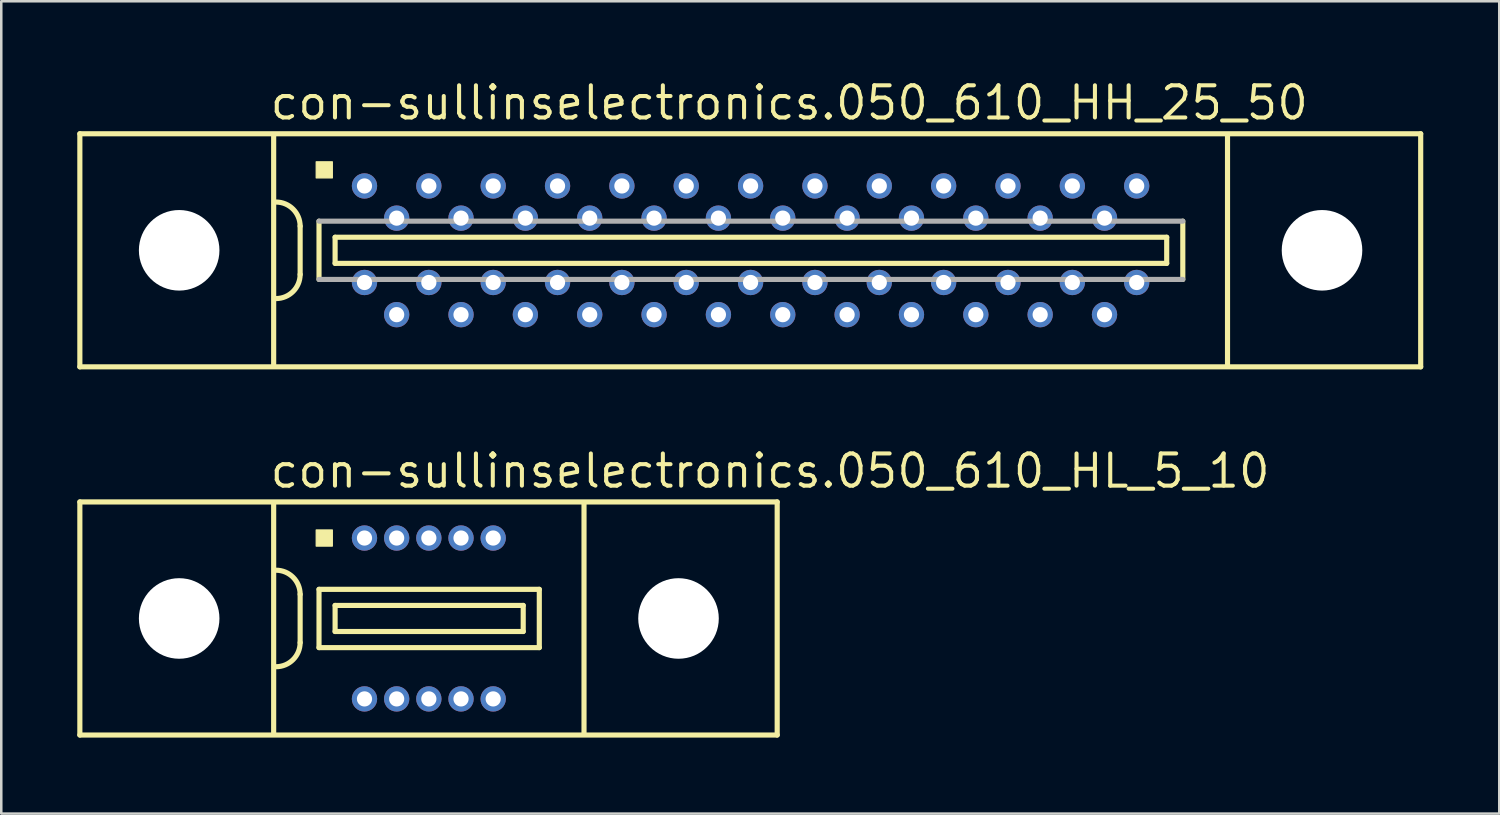
<source format=kicad_pcb>
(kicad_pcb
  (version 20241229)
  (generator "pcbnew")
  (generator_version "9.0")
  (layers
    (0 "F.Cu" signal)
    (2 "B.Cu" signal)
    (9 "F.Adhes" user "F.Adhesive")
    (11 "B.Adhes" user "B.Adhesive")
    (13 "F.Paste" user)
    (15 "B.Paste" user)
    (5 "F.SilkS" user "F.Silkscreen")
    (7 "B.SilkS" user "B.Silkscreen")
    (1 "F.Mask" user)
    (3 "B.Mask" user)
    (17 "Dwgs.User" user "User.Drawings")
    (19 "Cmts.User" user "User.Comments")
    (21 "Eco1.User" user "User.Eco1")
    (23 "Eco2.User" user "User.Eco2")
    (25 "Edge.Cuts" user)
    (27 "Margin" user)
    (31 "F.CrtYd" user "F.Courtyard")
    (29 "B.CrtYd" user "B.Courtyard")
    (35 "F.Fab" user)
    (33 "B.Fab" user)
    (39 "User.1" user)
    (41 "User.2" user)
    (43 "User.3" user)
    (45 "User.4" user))
  (footprint "con-sullinselectronics.050_610_HL_5_10"
    (layer "F.Cu")
    (at 13.877 21.362)
    (property "Reference" "con-sullinselectronics.050_610_HL_5_10" (at -6.35 -5.08 0) (layer "F.SilkS") (effects (font (size 1.27 1.27) (thickness 0.16)) (justify left bottom)))
    (attr through_hole)
    (fp_line (start -13.775 -4.6) (end -13.775 4.6) (stroke (width 0.203) (type default)) (layer "F.SilkS"))
    (fp_line (start -13.775 4.6) (end 13.75 4.6) (stroke (width 0.203) (type default)) (layer "F.SilkS"))
    (fp_line (start -6.125 -4.55) (end -6.125 4.55) (stroke (width 0.203) (type default)) (layer "F.SilkS"))
    (fp_line (start -5.08 -0.953) (end -5.08 0.953) (stroke (width 0.203) (type default)) (layer "F.SilkS"))
    (fp_line (start -4.335 -1.15) (end -4.335 1.15) (stroke (width 0.203) (type default)) (layer "F.SilkS"))
    (fp_line (start -4.335 1.15) (end 4.36 1.15) (stroke (width 0.203) (type default)) (layer "F.SilkS"))
    (fp_line (start -3.7 -0.515) (end -3.7 0.515) (stroke (width 0.203) (type default)) (layer "F.SilkS"))
    (fp_line (start -3.7 0.515) (end 3.725 0.515) (stroke (width 0.203) (type default)) (layer "F.SilkS"))
    (fp_line (start 3.725 -0.515) (end -3.7 -0.515) (stroke (width 0.203) (type default)) (layer "F.SilkS"))
    (fp_line (start 3.725 0.515) (end 3.725 -0.515) (stroke (width 0.203) (type default)) (layer "F.SilkS"))
    (fp_line (start 4.36 -1.15) (end -4.335 -1.15) (stroke (width 0.203) (type default)) (layer "F.SilkS"))
    (fp_line (start 4.36 1.15) (end 4.36 -1.15) (stroke (width 0.203) (type default)) (layer "F.SilkS"))
    (fp_line (start 6.125 4.55) (end 6.125 -4.55) (stroke (width 0.203) (type default)) (layer "F.SilkS"))
    (fp_line (start 13.75 -4.6) (end -13.775 -4.6) (stroke (width 0.203) (type default)) (layer "F.SilkS"))
    (fp_line (start 13.75 4.6) (end 13.75 -4.6) (stroke (width 0.203) (type default)) (layer "F.SilkS"))
    (fp_rect (start -4.445 -2.857) (end -3.81 -3.493) (stroke (width 0.05) (type default)) (fill yes) (layer "F.SilkS"))
    (fp_arc (start -6.0325 -1.905) (mid -5.358981 -1.626019) (end -5.08 -0.9525) (stroke (width 0.2032) (type default)) (layer "F.SilkS"))
    (fp_arc (start -5.08 0.9525) (mid -5.35901 1.62599) (end -6.0325 1.905) (stroke (width 0.2032) (type default)) (layer "F.SilkS"))
    (pad "" np_thru_hole circle (at -9.855 0) (size 3.18 3.18) (drill 3.18) (layers "*.Cu" "*.Mask"))
    (pad "" np_thru_hole circle (at 9.855 0) (size 3.18 3.18) (drill 3.18) (layers "*.Cu" "*.Mask"))
    (pad "1" thru_hole circle (at -2.54 -3.175) (size 1 1) (drill 0.6) (layers "*.Cu" "*.Mask"))
    (pad "2" thru_hole circle (at -1.27 -3.175) (size 1 1) (drill 0.6) (layers "*.Cu" "*.Mask"))
    (pad "3" thru_hole circle (at 0 -3.175) (size 1 1) (drill 0.6) (layers "*.Cu" "*.Mask"))
    (pad "4" thru_hole circle (at 1.27 -3.175) (size 1 1) (drill 0.6) (layers "*.Cu" "*.Mask"))
    (pad "5" thru_hole circle (at 2.54 -3.175) (size 1 1) (drill 0.6) (layers "*.Cu" "*.Mask"))
    (pad "6" thru_hole circle (at -2.54 3.175 180) (size 1 1) (drill 0.6) (layers "*.Cu" "*.Mask"))
    (pad "7" thru_hole circle (at -1.27 3.175 180) (size 1 1) (drill 0.6) (layers "*.Cu" "*.Mask"))
    (pad "8" thru_hole circle (at 0 3.175 180) (size 1 1) (drill 0.6) (layers "*.Cu" "*.Mask"))
    (pad "9" thru_hole circle (at 1.27 3.175 180) (size 1 1) (drill 0.6) (layers "*.Cu" "*.Mask"))
    (pad "10" thru_hole circle (at 2.54 3.175 180) (size 1 1) (drill 0.6) (layers "*.Cu" "*.Mask")))
  (footprint "con-sullinselectronics.050_610_HH_25_50"
    (layer "F.Cu")
    (at 26.577 6.83)
    (property "Reference" "con-sullinselectronics.050_610_HH_25_50" (at -19.05 -5.08 0) (layer "F.SilkS") (effects (font (size 1.27 1.27) (thickness 0.16)) (justify left bottom)))
    (attr through_hole)
    (fp_line (start -26.475 -4.6) (end -26.475 4.6) (stroke (width 0.203) (type default)) (layer "F.SilkS"))
    (fp_line (start -26.475 4.6) (end 26.45 4.6) (stroke (width 0.203) (type default)) (layer "F.SilkS"))
    (fp_line (start -18.825 -4.55) (end -18.825 4.55) (stroke (width 0.203) (type default)) (layer "F.SilkS"))
    (fp_line (start -17.78 -0.953) (end -17.78 0.953) (stroke (width 0.203) (type default)) (layer "F.SilkS"))
    (fp_line (start -17.035 -1.15) (end -17.035 1.15) (stroke (width 0.203) (type default)) (layer "F.SilkS"))
    (fp_line (start -16.4 -0.515) (end -16.4 0.515) (stroke (width 0.203) (type default)) (layer "F.SilkS"))
    (fp_line (start -16.4 0.515) (end 16.425 0.515) (stroke (width 0.203) (type default)) (layer "F.SilkS"))
    (fp_line (start 16.425 -0.515) (end -16.4 -0.515) (stroke (width 0.203) (type default)) (layer "F.SilkS"))
    (fp_line (start 16.425 0.515) (end 16.425 -0.515) (stroke (width 0.203) (type default)) (layer "F.SilkS"))
    (fp_line (start 17.06 1.15) (end 17.06 -1.15) (stroke (width 0.203) (type default)) (layer "F.SilkS"))
    (fp_line (start 18.825 4.55) (end 18.825 -4.55) (stroke (width 0.203) (type default)) (layer "F.SilkS"))
    (fp_line (start 26.45 -4.6) (end -26.475 -4.6) (stroke (width 0.203) (type default)) (layer "F.SilkS"))
    (fp_line (start 26.45 4.6) (end 26.45 -4.6) (stroke (width 0.203) (type default)) (layer "F.SilkS"))
    (fp_rect (start -17.145 -2.857) (end -16.51 -3.493) (stroke (width 0.05) (type default)) (fill yes) (layer "F.SilkS"))
    (fp_arc (start -18.7325 -1.905) (mid -18.058981 -1.626019) (end -17.78 -0.9525) (stroke (width 0.2032) (type default)) (layer "F.SilkS"))
    (fp_arc (start -17.78 0.9525) (mid -18.05901 1.62599) (end -18.7325 1.905) (stroke (width 0.2032) (type default)) (layer "F.SilkS"))
    (fp_line (start -17.035 1.15) (end 17.06 1.15) (stroke (width 0.203) (type default)) (layer "F.Fab"))
    (fp_line (start 17.06 -1.15) (end -17.035 -1.15) (stroke (width 0.203) (type default)) (layer "F.Fab"))
    (pad "" np_thru_hole circle (at -22.555 0) (size 3.18 3.18) (drill 3.18) (layers "*.Cu" "*.Mask"))
    (pad "" np_thru_hole circle (at 22.555 0) (size 3.18 3.18) (drill 3.18) (layers "*.Cu" "*.Mask"))
    (pad "1" thru_hole circle (at -15.24 -2.54) (size 1 1) (drill 0.6) (layers "*.Cu" "*.Mask"))
    (pad "2" thru_hole circle (at -13.97 -1.27) (size 1 1) (drill 0.6) (layers "*.Cu" "*.Mask"))
    (pad "3" thru_hole circle (at -12.7 -2.54) (size 1 1) (drill 0.6) (layers "*.Cu" "*.Mask"))
    (pad "4" thru_hole circle (at -11.43 -1.27) (size 1 1) (drill 0.6) (layers "*.Cu" "*.Mask"))
    (pad "5" thru_hole circle (at -10.16 -2.54) (size 1 1) (drill 0.6) (layers "*.Cu" "*.Mask"))
    (pad "6" thru_hole circle (at -8.89 -1.27 180) (size 1 1) (drill 0.6) (layers "*.Cu" "*.Mask"))
    (pad "7" thru_hole circle (at -7.62 -2.54 180) (size 1 1) (drill 0.6) (layers "*.Cu" "*.Mask"))
    (pad "8" thru_hole circle (at -6.35 -1.27 180) (size 1 1) (drill 0.6) (layers "*.Cu" "*.Mask"))
    (pad "9" thru_hole circle (at -5.08 -2.54 180) (size 1 1) (drill 0.6) (layers "*.Cu" "*.Mask"))
    (pad "10" thru_hole circle (at -3.81 -1.27 180) (size 1 1) (drill 0.6) (layers "*.Cu" "*.Mask"))
    (pad "11" thru_hole circle (at -2.54 -2.54 180) (size 1 1) (drill 0.6) (layers "*.Cu" "*.Mask"))
    (pad "12" thru_hole circle (at -1.27 -1.27 180) (size 1 1) (drill 0.6) (layers "*.Cu" "*.Mask"))
    (pad "13" thru_hole circle (at 0 -2.54 180) (size 1 1) (drill 0.6) (layers "*.Cu" "*.Mask"))
    (pad "14" thru_hole circle (at 1.27 -1.27 180) (size 1 1) (drill 0.6) (layers "*.Cu" "*.Mask"))
    (pad "15" thru_hole circle (at 2.54 -2.54 180) (size 1 1) (drill 0.6) (layers "*.Cu" "*.Mask"))
    (pad "16" thru_hole circle (at 3.81 -1.27 180) (size 1 1) (drill 0.6) (layers "*.Cu" "*.Mask"))
    (pad "17" thru_hole circle (at 5.08 -2.54 180) (size 1 1) (drill 0.6) (layers "*.Cu" "*.Mask"))
    (pad "18" thru_hole circle (at 6.35 -1.27 180) (size 1 1) (drill 0.6) (layers "*.Cu" "*.Mask"))
    (pad "19" thru_hole circle (at 7.62 -2.54 180) (size 1 1) (drill 0.6) (layers "*.Cu" "*.Mask"))
    (pad "20" thru_hole circle (at 8.89 -1.27 180) (size 1 1) (drill 0.6) (layers "*.Cu" "*.Mask"))
    (pad "21" thru_hole circle (at 10.16 -2.54 180) (size 1 1) (drill 0.6) (layers "*.Cu" "*.Mask"))
    (pad "22" thru_hole circle (at 11.43 -1.27 180) (size 1 1) (drill 0.6) (layers "*.Cu" "*.Mask"))
    (pad "23" thru_hole circle (at 12.7 -2.54 180) (size 1 1) (drill 0.6) (layers "*.Cu" "*.Mask"))
    (pad "24" thru_hole circle (at 13.97 -1.27 180) (size 1 1) (drill 0.6) (layers "*.Cu" "*.Mask"))
    (pad "25" thru_hole circle (at 15.24 -2.54 180) (size 1 1) (drill 0.6) (layers "*.Cu" "*.Mask"))
    (pad "26" thru_hole circle (at -15.24 1.27 180) (size 1 1) (drill 0.6) (layers "*.Cu" "*.Mask"))
    (pad "27" thru_hole circle (at -13.97 2.54 180) (size 1 1) (drill 0.6) (layers "*.Cu" "*.Mask"))
    (pad "28" thru_hole circle (at -12.7 1.27 180) (size 1 1) (drill 0.6) (layers "*.Cu" "*.Mask"))
    (pad "29" thru_hole circle (at -11.43 2.54 180) (size 1 1) (drill 0.6) (layers "*.Cu" "*.Mask"))
    (pad "30" thru_hole circle (at -10.16 1.27 180) (size 1 1) (drill 0.6) (layers "*.Cu" "*.Mask"))
    (pad "31" thru_hole circle (at -8.89 2.54 180) (size 1 1) (drill 0.6) (layers "*.Cu" "*.Mask"))
    (pad "32" thru_hole circle (at -7.62 1.27 180) (size 1 1) (drill 0.6) (layers "*.Cu" "*.Mask"))
    (pad "33" thru_hole circle (at -6.35 2.54 180) (size 1 1) (drill 0.6) (layers "*.Cu" "*.Mask"))
    (pad "34" thru_hole circle (at -5.08 1.27 180) (size 1 1) (drill 0.6) (layers "*.Cu" "*.Mask"))
    (pad "35" thru_hole circle (at -3.81 2.54 180) (size 1 1) (drill 0.6) (layers "*.Cu" "*.Mask"))
    (pad "36" thru_hole circle (at -2.54 1.27 180) (size 1 1) (drill 0.6) (layers "*.Cu" "*.Mask"))
    (pad "37" thru_hole circle (at -1.27 2.54 180) (size 1 1) (drill 0.6) (layers "*.Cu" "*.Mask"))
    (pad "38" thru_hole circle (at 0 1.27 180) (size 1 1) (drill 0.6) (layers "*.Cu" "*.Mask"))
    (pad "39" thru_hole circle (at 1.27 2.54 180) (size 1 1) (drill 0.6) (layers "*.Cu" "*.Mask"))
    (pad "40" thru_hole circle (at 2.54 1.27 180) (size 1 1) (drill 0.6) (layers "*.Cu" "*.Mask"))
    (pad "41" thru_hole circle (at 3.81 2.54 180) (size 1 1) (drill 0.6) (layers "*.Cu" "*.Mask"))
    (pad "42" thru_hole circle (at 5.08 1.27 180) (size 1 1) (drill 0.6) (layers "*.Cu" "*.Mask"))
    (pad "43" thru_hole circle (at 6.35 2.54 180) (size 1 1) (drill 0.6) (layers "*.Cu" "*.Mask"))
    (pad "44" thru_hole circle (at 7.62 1.27 180) (size 1 1) (drill 0.6) (layers "*.Cu" "*.Mask"))
    (pad "45" thru_hole circle (at 8.89 2.54 180) (size 1 1) (drill 0.6) (layers "*.Cu" "*.Mask"))
    (pad "46" thru_hole circle (at 10.16 1.27 180) (size 1 1) (drill 0.6) (layers "*.Cu" "*.Mask"))
    (pad "47" thru_hole circle (at 11.43 2.54 180) (size 1 1) (drill 0.6) (layers "*.Cu" "*.Mask"))
    (pad "48" thru_hole circle (at 12.7 1.27 180) (size 1 1) (drill 0.6) (layers "*.Cu" "*.Mask"))
    (pad "49" thru_hole circle (at 13.97 2.54 180) (size 1 1) (drill 0.6) (layers "*.Cu" "*.Mask"))
    (pad "50" thru_hole circle (at 15.24 1.27 180) (size 1 1) (drill 0.6) (layers "*.Cu" "*.Mask")))
  (gr_rect
    (start -3 -3)
    (end 56.128 29.063)
    (stroke (width 0.1) (type default))
    (fill no)
    (layer "Edge.Cuts")))
</source>
